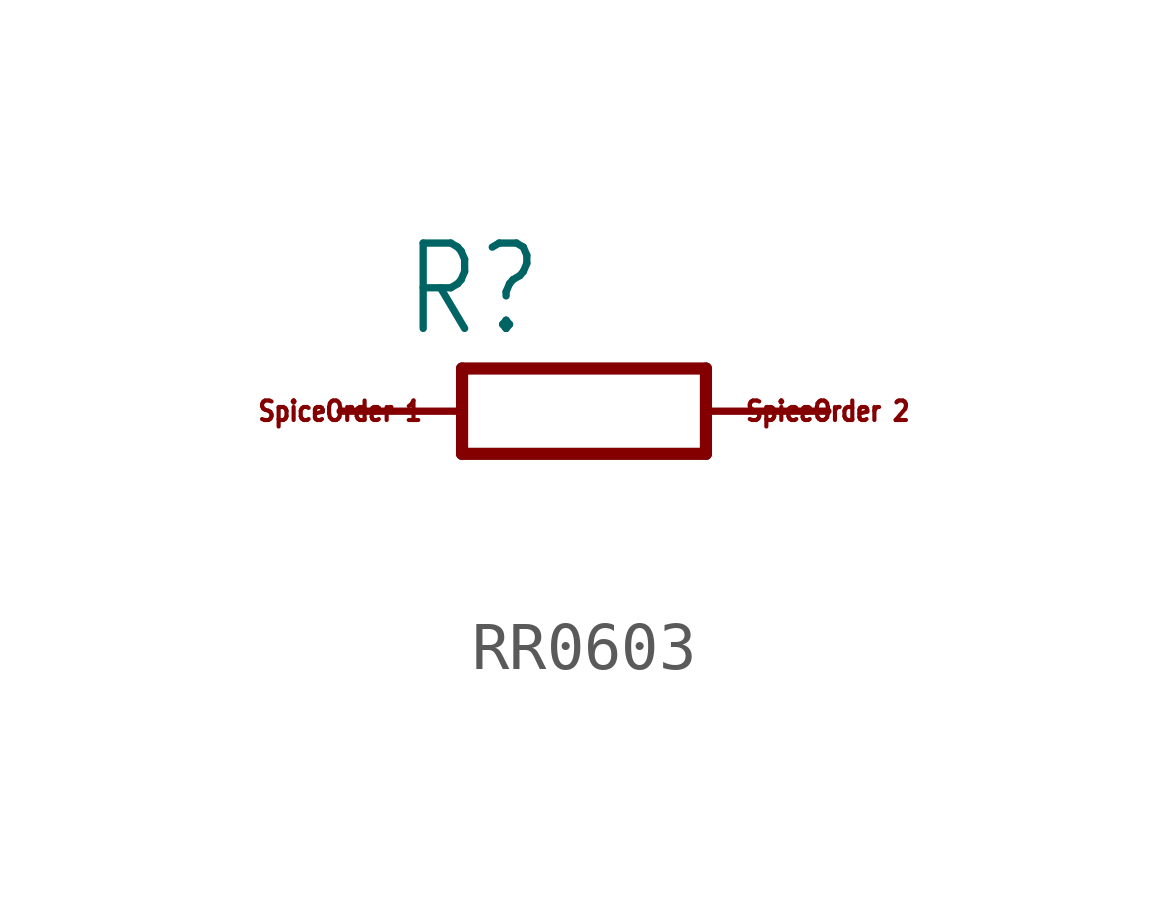
<source format=kicad_sym>
(kicad_symbol_lib
  (version 20220914)
  (generator kicad_symbol_editor)
  (symbol "RR0603"
    (property "Reference" "R"
      (at -3.81 1.499 0)
      (effects (font (size 1.778 1.511)) (justify left bottom)))
    (property "Value" ""
      (at -3.81 -3.302 0)
      (effects (font (size 1.778 1.511)) (justify left bottom)))
    (property "ki_locked" ""
      (at 0 0 0)
      (effects (font (size 1.27 1.27))))
    (symbol "RR0603_1_0"
      (polyline (pts (xy -2.54 -0.889) (xy -2.54 0.889)) (stroke (width 0.254) (type solid)) (fill (type none)))
      (polyline (pts (xy -2.54 -0.889) (xy 2.54 -0.889)) (stroke (width 0.254) (type solid)) (fill (type none)))
      (polyline (pts (xy 2.54 -0.889) (xy 2.54 0.889)) (stroke (width 0.254) (type solid)) (fill (type none)))
      (polyline (pts (xy 2.54 0.889) (xy -2.54 0.889)) (stroke (width 0.254) (type solid)) (fill (type none)))
      (text "SpiceOrder 1" (at -5.08 0 0) (effects (font (size 0.406 0.345))))
      (text "SpiceOrder 2" (at 5.08 0 0) (effects (font (size 0.406 0.345))))
      (pin passive line (at -5.08 0 0) (length 2.54) (name "1" (effects (font (size 0 0)))) (number "1" (effects (font (size 0 0)))))
      (pin passive line (at 5.08 0 180) (length 2.54) (name "2" (effects (font (size 0 0)))) (number "2" (effects (font (size 0 0))))))))
</source>
